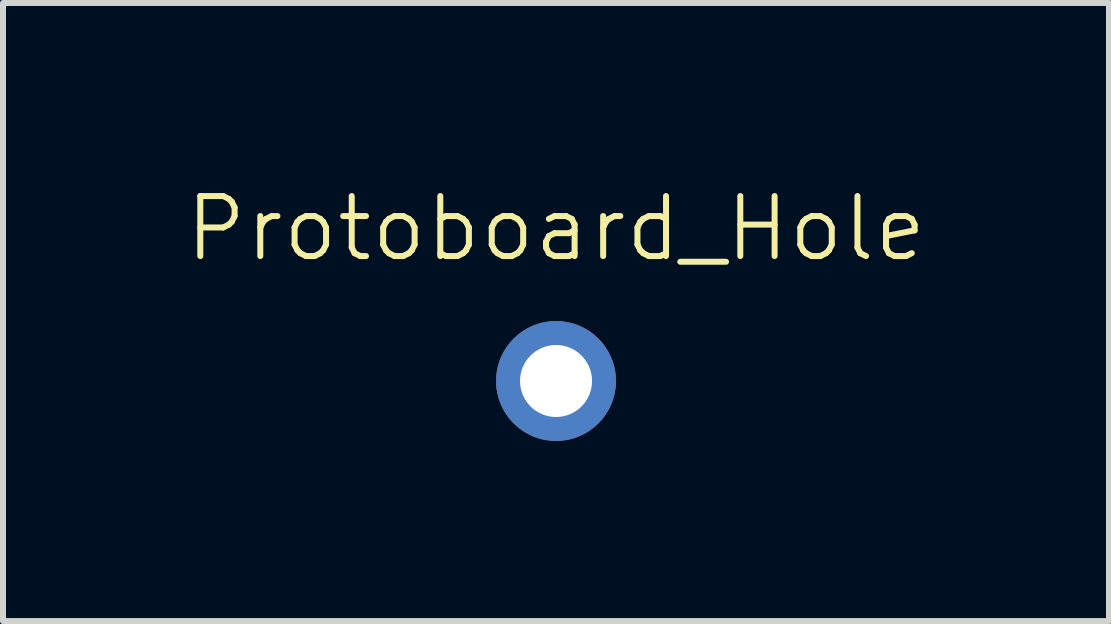
<source format=kicad_pcb>
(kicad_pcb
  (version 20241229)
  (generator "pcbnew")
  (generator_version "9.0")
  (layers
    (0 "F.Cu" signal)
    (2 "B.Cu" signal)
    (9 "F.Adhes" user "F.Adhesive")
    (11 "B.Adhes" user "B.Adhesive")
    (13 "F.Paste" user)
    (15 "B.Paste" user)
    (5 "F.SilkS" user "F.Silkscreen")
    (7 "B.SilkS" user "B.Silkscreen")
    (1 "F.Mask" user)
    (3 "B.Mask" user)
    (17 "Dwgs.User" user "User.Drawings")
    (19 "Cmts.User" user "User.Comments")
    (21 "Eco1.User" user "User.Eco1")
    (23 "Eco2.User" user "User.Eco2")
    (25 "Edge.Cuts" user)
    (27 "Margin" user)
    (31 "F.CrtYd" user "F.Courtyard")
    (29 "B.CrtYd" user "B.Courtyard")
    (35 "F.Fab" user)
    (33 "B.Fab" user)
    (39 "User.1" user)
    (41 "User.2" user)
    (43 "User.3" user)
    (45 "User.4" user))
  (footprint "Protoboard_Hole"
    (layer "F.Cu")
    (at 6.217 3.3)
    (property "Reference" "Protoboard_Hole" (at 0 -2.54 0) (unlocked yes) (layer "F.SilkS") (effects (font (size 1 1) (thickness 0.1))))
    (attr through_hole)
    (pad "1" thru_hole circle (at 0 0) (size 2 2) (drill 1.2) (layers "*.Cu" "*.Mask")))
  (gr_rect
    (start -3 -3)
    (end 15.433 7.301)
    (stroke (width 0.1) (type default))
    (fill no)
    (layer "Edge.Cuts")))
</source>
